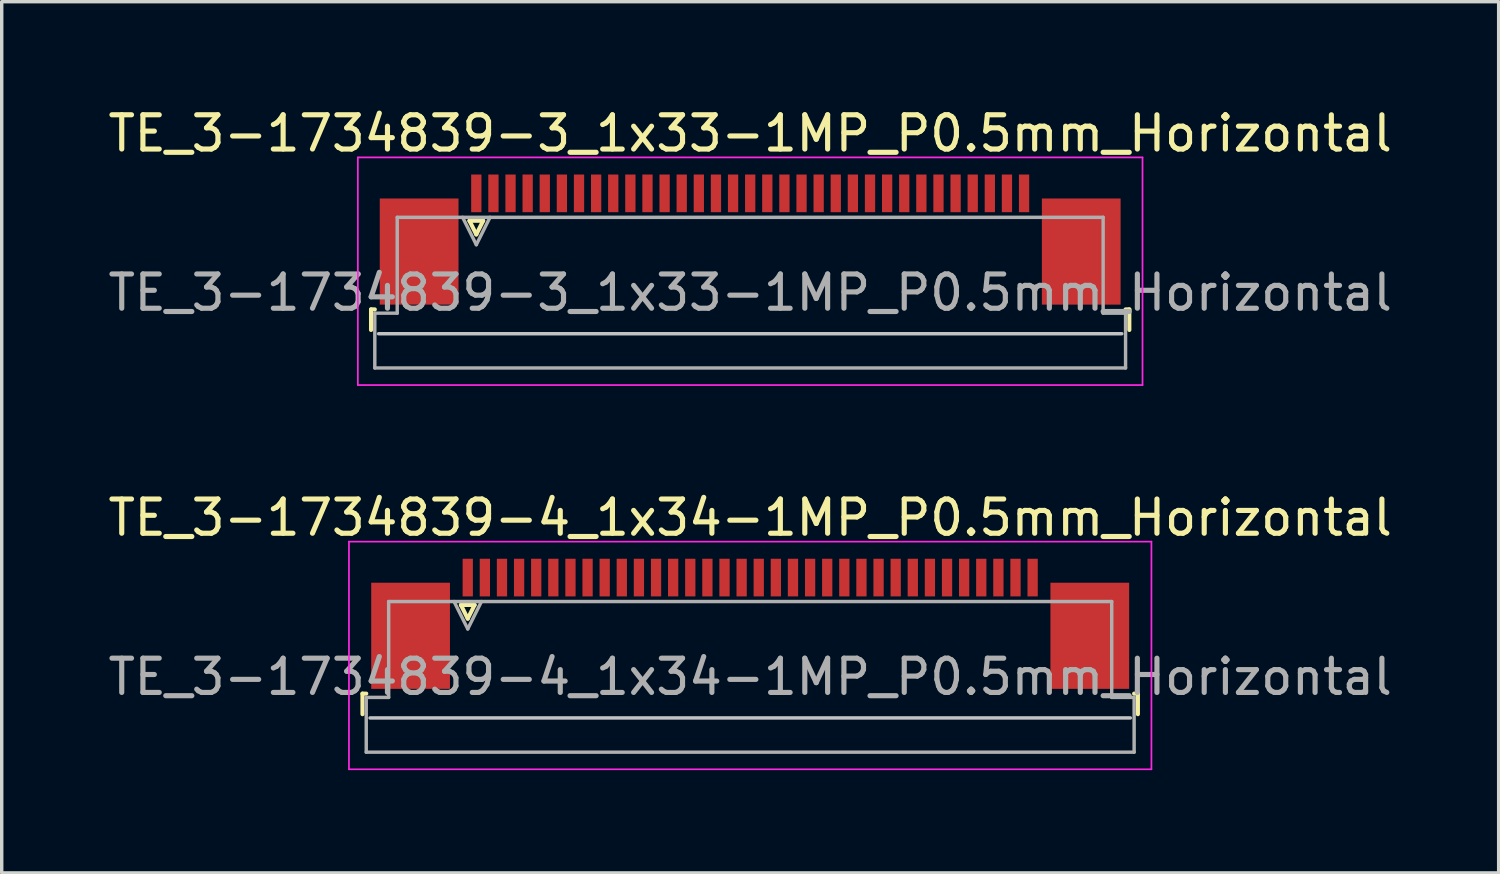
<source format=kicad_pcb>
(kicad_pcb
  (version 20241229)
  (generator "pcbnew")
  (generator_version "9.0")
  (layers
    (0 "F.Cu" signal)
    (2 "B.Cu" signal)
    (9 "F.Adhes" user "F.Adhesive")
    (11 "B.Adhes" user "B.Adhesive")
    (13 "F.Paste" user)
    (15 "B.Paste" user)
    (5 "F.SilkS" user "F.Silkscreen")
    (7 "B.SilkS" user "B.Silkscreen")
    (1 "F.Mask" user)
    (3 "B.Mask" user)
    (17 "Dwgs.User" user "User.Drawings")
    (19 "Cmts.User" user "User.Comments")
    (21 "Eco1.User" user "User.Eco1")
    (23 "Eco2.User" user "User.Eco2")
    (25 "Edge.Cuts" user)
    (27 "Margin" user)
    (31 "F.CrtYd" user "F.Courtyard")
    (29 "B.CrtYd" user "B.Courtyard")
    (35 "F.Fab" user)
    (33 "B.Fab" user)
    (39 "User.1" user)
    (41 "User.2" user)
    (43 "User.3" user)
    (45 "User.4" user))
  (footprint "TE_3-1734839-3_1x33-1MP_P0.5mm_Horizontal"
    (layer "F.Cu")
    (at 18.863 3.948)
    (property "Reference" "TE_3-1734839-3_1x33-1MP_P0.5mm_Horizontal" (at 0 -3.1 0) (layer "F.SilkS") (effects (font (size 1 1) (thickness 0.15))))
    (attr smd)
    (fp_line (start -11.075 2.04) (end -11.075 2.64) (stroke (width 0.12) (type solid)) (layer "F.SilkS"))
    (fp_line (start -10.965 2.04) (end -11.075 2.04) (stroke (width 0.12) (type solid)) (layer "F.SilkS"))
    (fp_line (start -8.2 -0.55) (end -8 -0.15) (stroke (width 0.12) (type solid)) (layer "F.SilkS"))
    (fp_line (start -8 -0.15) (end -7.8 -0.55) (stroke (width 0.12) (type solid)) (layer "F.SilkS"))
    (fp_line (start -7.8 -0.55) (end -8.2 -0.55) (stroke (width 0.12) (type solid)) (layer "F.SilkS"))
    (fp_line (start 10.965 2.04) (end 11.075 2.04) (stroke (width 0.12) (type solid)) (layer "F.SilkS"))
    (fp_line (start 11.075 2.04) (end 11.075 2.64) (stroke (width 0.12) (type solid)) (layer "F.SilkS"))
    (fp_line (start 10.855 2.75) (end -10.855 2.75) (stroke (width 0.1) (type solid)) (layer "Dwgs.User"))
    (fp_line (start -11.46 -2.4) (end -11.46 4.25) (stroke (width 0.05) (type solid)) (layer "F.CrtYd"))
    (fp_line (start -11.46 4.25) (end 11.46 4.25) (stroke (width 0.05) (type solid)) (layer "F.CrtYd"))
    (fp_line (start 11.46 -2.4) (end -11.46 -2.4) (stroke (width 0.05) (type solid)) (layer "F.CrtYd"))
    (fp_line (start 11.46 4.25) (end 11.46 -2.4) (stroke (width 0.05) (type solid)) (layer "F.CrtYd"))
    (fp_line (start -10.965 2.15) (end -10.31 2.15) (stroke (width 0.1) (type solid)) (layer "F.Fab"))
    (fp_line (start -10.965 3.75) (end -10.965 2.15) (stroke (width 0.1) (type solid)) (layer "F.Fab"))
    (fp_line (start -10.31 -0.65) (end 10.31 -0.65) (stroke (width 0.1) (type solid)) (layer "F.Fab"))
    (fp_line (start -10.31 2.15) (end -10.31 -0.65) (stroke (width 0.1) (type solid)) (layer "F.Fab"))
    (fp_line (start -8.4 -0.65) (end -8 0.15) (stroke (width 0.1) (type solid)) (layer "F.Fab"))
    (fp_line (start -8 0.15) (end -7.6 -0.65) (stroke (width 0.1) (type solid)) (layer "F.Fab"))
    (fp_line (start 10.31 -0.65) (end 10.31 2.15) (stroke (width 0.1) (type solid)) (layer "F.Fab"))
    (fp_line (start 10.31 2.15) (end 10.965 2.15) (stroke (width 0.1) (type solid)) (layer "F.Fab"))
    (fp_line (start 10.965 2.15) (end 10.965 3.75) (stroke (width 0.1) (type solid)) (layer "F.Fab"))
    (fp_line (start 10.965 3.75) (end -10.965 3.75) (stroke (width 0.1) (type solid)) (layer "F.Fab"))
    (fp_text user "${REFERENCE}" (at 0 1.55 0) (layer "F.Fab") (effects (font (size 1 1) (thickness 0.15))))
    (pad "1" smd rect (at -8 -1.35) (size 0.3 1.1) (layers "F.Cu" "F.Mask" "F.Paste"))
    (pad "2" smd rect (at -7.5 -1.35) (size 0.3 1.1) (layers "F.Cu" "F.Mask" "F.Paste"))
    (pad "3" smd rect (at -7 -1.35) (size 0.3 1.1) (layers "F.Cu" "F.Mask" "F.Paste"))
    (pad "4" smd rect (at -6.5 -1.35) (size 0.3 1.1) (layers "F.Cu" "F.Mask" "F.Paste"))
    (pad "5" smd rect (at -6 -1.35) (size 0.3 1.1) (layers "F.Cu" "F.Mask" "F.Paste"))
    (pad "6" smd rect (at -5.5 -1.35) (size 0.3 1.1) (layers "F.Cu" "F.Mask" "F.Paste"))
    (pad "7" smd rect (at -5 -1.35) (size 0.3 1.1) (layers "F.Cu" "F.Mask" "F.Paste"))
    (pad "8" smd rect (at -4.5 -1.35) (size 0.3 1.1) (layers "F.Cu" "F.Mask" "F.Paste"))
    (pad "9" smd rect (at -4 -1.35) (size 0.3 1.1) (layers "F.Cu" "F.Mask" "F.Paste"))
    (pad "10" smd rect (at -3.5 -1.35) (size 0.3 1.1) (layers "F.Cu" "F.Mask" "F.Paste"))
    (pad "11" smd rect (at -3 -1.35) (size 0.3 1.1) (layers "F.Cu" "F.Mask" "F.Paste"))
    (pad "12" smd rect (at -2.5 -1.35) (size 0.3 1.1) (layers "F.Cu" "F.Mask" "F.Paste"))
    (pad "13" smd rect (at -2 -1.35) (size 0.3 1.1) (layers "F.Cu" "F.Mask" "F.Paste"))
    (pad "14" smd rect (at -1.5 -1.35) (size 0.3 1.1) (layers "F.Cu" "F.Mask" "F.Paste"))
    (pad "15" smd rect (at -1 -1.35) (size 0.3 1.1) (layers "F.Cu" "F.Mask" "F.Paste"))
    (pad "16" smd rect (at -0.5 -1.35) (size 0.3 1.1) (layers "F.Cu" "F.Mask" "F.Paste"))
    (pad "17" smd rect (at 0 -1.35) (size 0.3 1.1) (layers "F.Cu" "F.Mask" "F.Paste"))
    (pad "18" smd rect (at 0.5 -1.35) (size 0.3 1.1) (layers "F.Cu" "F.Mask" "F.Paste"))
    (pad "19" smd rect (at 1 -1.35) (size 0.3 1.1) (layers "F.Cu" "F.Mask" "F.Paste"))
    (pad "20" smd rect (at 1.5 -1.35) (size 0.3 1.1) (layers "F.Cu" "F.Mask" "F.Paste"))
    (pad "21" smd rect (at 2 -1.35) (size 0.3 1.1) (layers "F.Cu" "F.Mask" "F.Paste"))
    (pad "22" smd rect (at 2.5 -1.35) (size 0.3 1.1) (layers "F.Cu" "F.Mask" "F.Paste"))
    (pad "23" smd rect (at 3 -1.35) (size 0.3 1.1) (layers "F.Cu" "F.Mask" "F.Paste"))
    (pad "24" smd rect (at 3.5 -1.35) (size 0.3 1.1) (layers "F.Cu" "F.Mask" "F.Paste"))
    (pad "25" smd rect (at 4 -1.35) (size 0.3 1.1) (layers "F.Cu" "F.Mask" "F.Paste"))
    (pad "26" smd rect (at 4.5 -1.35) (size 0.3 1.1) (layers "F.Cu" "F.Mask" "F.Paste"))
    (pad "27" smd rect (at 5 -1.35) (size 0.3 1.1) (layers "F.Cu" "F.Mask" "F.Paste"))
    (pad "28" smd rect (at 5.5 -1.35) (size 0.3 1.1) (layers "F.Cu" "F.Mask" "F.Paste"))
    (pad "29" smd rect (at 6 -1.35) (size 0.3 1.1) (layers "F.Cu" "F.Mask" "F.Paste"))
    (pad "30" smd rect (at 6.5 -1.35) (size 0.3 1.1) (layers "F.Cu" "F.Mask" "F.Paste"))
    (pad "31" smd rect (at 7 -1.35) (size 0.3 1.1) (layers "F.Cu" "F.Mask" "F.Paste"))
    (pad "32" smd rect (at 7.5 -1.35) (size 0.3 1.1) (layers "F.Cu" "F.Mask" "F.Paste"))
    (pad "33" smd rect (at 8 -1.35) (size 0.3 1.1) (layers "F.Cu" "F.Mask" "F.Paste"))
    (pad "MP" smd rect (at -9.67 0.35) (size 2.3 3.1) (layers "F.Cu" "F.Mask" "F.Paste"))
    (pad "MP" smd rect (at 9.67 0.35) (size 2.3 3.1) (layers "F.Cu" "F.Mask" "F.Paste")))
  (footprint "TE_3-1734839-4_1x34-1MP_P0.5mm_Horizontal"
    (layer "F.Cu")
    (at 18.863 15.171)
    (property "Reference" "TE_3-1734839-4_1x34-1MP_P0.5mm_Horizontal" (at 0 -3.1 0) (layer "F.SilkS") (effects (font (size 1 1) (thickness 0.15))))
    (attr smd)
    (fp_line (start -11.325 2.04) (end -11.325 2.64) (stroke (width 0.12) (type solid)) (layer "F.SilkS"))
    (fp_line (start -11.215 2.04) (end -11.325 2.04) (stroke (width 0.12) (type solid)) (layer "F.SilkS"))
    (fp_line (start -8.45 -0.55) (end -8.25 -0.15) (stroke (width 0.12) (type solid)) (layer "F.SilkS"))
    (fp_line (start -8.25 -0.15) (end -8.05 -0.55) (stroke (width 0.12) (type solid)) (layer "F.SilkS"))
    (fp_line (start -8.05 -0.55) (end -8.45 -0.55) (stroke (width 0.12) (type solid)) (layer "F.SilkS"))
    (fp_line (start 11.215 2.04) (end 11.325 2.04) (stroke (width 0.12) (type solid)) (layer "F.SilkS"))
    (fp_line (start 11.325 2.04) (end 11.325 2.64) (stroke (width 0.12) (type solid)) (layer "F.SilkS"))
    (fp_line (start 11.105 2.75) (end -11.105 2.75) (stroke (width 0.1) (type solid)) (layer "Dwgs.User"))
    (fp_line (start -11.72 -2.4) (end -11.72 4.25) (stroke (width 0.05) (type solid)) (layer "F.CrtYd"))
    (fp_line (start -11.72 4.25) (end 11.72 4.25) (stroke (width 0.05) (type solid)) (layer "F.CrtYd"))
    (fp_line (start 11.72 -2.4) (end -11.72 -2.4) (stroke (width 0.05) (type solid)) (layer "F.CrtYd"))
    (fp_line (start 11.72 4.25) (end 11.72 -2.4) (stroke (width 0.05) (type solid)) (layer "F.CrtYd"))
    (fp_line (start -11.215 2.15) (end -10.56 2.15) (stroke (width 0.1) (type solid)) (layer "F.Fab"))
    (fp_line (start -11.215 3.75) (end -11.215 2.15) (stroke (width 0.1) (type solid)) (layer "F.Fab"))
    (fp_line (start -10.56 -0.65) (end 10.56 -0.65) (stroke (width 0.1) (type solid)) (layer "F.Fab"))
    (fp_line (start -10.56 2.15) (end -10.56 -0.65) (stroke (width 0.1) (type solid)) (layer "F.Fab"))
    (fp_line (start -8.65 -0.65) (end -8.25 0.15) (stroke (width 0.1) (type solid)) (layer "F.Fab"))
    (fp_line (start -8.25 0.15) (end -7.85 -0.65) (stroke (width 0.1) (type solid)) (layer "F.Fab"))
    (fp_line (start 10.56 -0.65) (end 10.56 2.15) (stroke (width 0.1) (type solid)) (layer "F.Fab"))
    (fp_line (start 10.56 2.15) (end 11.215 2.15) (stroke (width 0.1) (type solid)) (layer "F.Fab"))
    (fp_line (start 11.215 2.15) (end 11.215 3.75) (stroke (width 0.1) (type solid)) (layer "F.Fab"))
    (fp_line (start 11.215 3.75) (end -11.215 3.75) (stroke (width 0.1) (type solid)) (layer "F.Fab"))
    (fp_text user "${REFERENCE}" (at 0 1.55 0) (layer "F.Fab") (effects (font (size 1 1) (thickness 0.15))))
    (pad "1" smd rect (at -8.25 -1.35) (size 0.3 1.1) (layers "F.Cu" "F.Mask" "F.Paste"))
    (pad "2" smd rect (at -7.75 -1.35) (size 0.3 1.1) (layers "F.Cu" "F.Mask" "F.Paste"))
    (pad "3" smd rect (at -7.25 -1.35) (size 0.3 1.1) (layers "F.Cu" "F.Mask" "F.Paste"))
    (pad "4" smd rect (at -6.75 -1.35) (size 0.3 1.1) (layers "F.Cu" "F.Mask" "F.Paste"))
    (pad "5" smd rect (at -6.25 -1.35) (size 0.3 1.1) (layers "F.Cu" "F.Mask" "F.Paste"))
    (pad "6" smd rect (at -5.75 -1.35) (size 0.3 1.1) (layers "F.Cu" "F.Mask" "F.Paste"))
    (pad "7" smd rect (at -5.25 -1.35) (size 0.3 1.1) (layers "F.Cu" "F.Mask" "F.Paste"))
    (pad "8" smd rect (at -4.75 -1.35) (size 0.3 1.1) (layers "F.Cu" "F.Mask" "F.Paste"))
    (pad "9" smd rect (at -4.25 -1.35) (size 0.3 1.1) (layers "F.Cu" "F.Mask" "F.Paste"))
    (pad "10" smd rect (at -3.75 -1.35) (size 0.3 1.1) (layers "F.Cu" "F.Mask" "F.Paste"))
    (pad "11" smd rect (at -3.25 -1.35) (size 0.3 1.1) (layers "F.Cu" "F.Mask" "F.Paste"))
    (pad "12" smd rect (at -2.75 -1.35) (size 0.3 1.1) (layers "F.Cu" "F.Mask" "F.Paste"))
    (pad "13" smd rect (at -2.25 -1.35) (size 0.3 1.1) (layers "F.Cu" "F.Mask" "F.Paste"))
    (pad "14" smd rect (at -1.75 -1.35) (size 0.3 1.1) (layers "F.Cu" "F.Mask" "F.Paste"))
    (pad "15" smd rect (at -1.25 -1.35) (size 0.3 1.1) (layers "F.Cu" "F.Mask" "F.Paste"))
    (pad "16" smd rect (at -0.75 -1.35) (size 0.3 1.1) (layers "F.Cu" "F.Mask" "F.Paste"))
    (pad "17" smd rect (at -0.25 -1.35) (size 0.3 1.1) (layers "F.Cu" "F.Mask" "F.Paste"))
    (pad "18" smd rect (at 0.25 -1.35) (size 0.3 1.1) (layers "F.Cu" "F.Mask" "F.Paste"))
    (pad "19" smd rect (at 0.75 -1.35) (size 0.3 1.1) (layers "F.Cu" "F.Mask" "F.Paste"))
    (pad "20" smd rect (at 1.25 -1.35) (size 0.3 1.1) (layers "F.Cu" "F.Mask" "F.Paste"))
    (pad "21" smd rect (at 1.75 -1.35) (size 0.3 1.1) (layers "F.Cu" "F.Mask" "F.Paste"))
    (pad "22" smd rect (at 2.25 -1.35) (size 0.3 1.1) (layers "F.Cu" "F.Mask" "F.Paste"))
    (pad "23" smd rect (at 2.75 -1.35) (size 0.3 1.1) (layers "F.Cu" "F.Mask" "F.Paste"))
    (pad "24" smd rect (at 3.25 -1.35) (size 0.3 1.1) (layers "F.Cu" "F.Mask" "F.Paste"))
    (pad "25" smd rect (at 3.75 -1.35) (size 0.3 1.1) (layers "F.Cu" "F.Mask" "F.Paste"))
    (pad "26" smd rect (at 4.25 -1.35) (size 0.3 1.1) (layers "F.Cu" "F.Mask" "F.Paste"))
    (pad "27" smd rect (at 4.75 -1.35) (size 0.3 1.1) (layers "F.Cu" "F.Mask" "F.Paste"))
    (pad "28" smd rect (at 5.25 -1.35) (size 0.3 1.1) (layers "F.Cu" "F.Mask" "F.Paste"))
    (pad "29" smd rect (at 5.75 -1.35) (size 0.3 1.1) (layers "F.Cu" "F.Mask" "F.Paste"))
    (pad "30" smd rect (at 6.25 -1.35) (size 0.3 1.1) (layers "F.Cu" "F.Mask" "F.Paste"))
    (pad "31" smd rect (at 6.75 -1.35) (size 0.3 1.1) (layers "F.Cu" "F.Mask" "F.Paste"))
    (pad "32" smd rect (at 7.25 -1.35) (size 0.3 1.1) (layers "F.Cu" "F.Mask" "F.Paste"))
    (pad "33" smd rect (at 7.75 -1.35) (size 0.3 1.1) (layers "F.Cu" "F.Mask" "F.Paste"))
    (pad "34" smd rect (at 8.25 -1.35) (size 0.3 1.1) (layers "F.Cu" "F.Mask" "F.Paste"))
    (pad "MP" smd rect (at -9.92 0.35) (size 2.3 3.1) (layers "F.Cu" "F.Mask" "F.Paste"))
    (pad "MP" smd rect (at 9.92 0.35) (size 2.3 3.1) (layers "F.Cu" "F.Mask" "F.Paste")))
  (gr_rect
    (start -3 -3)
    (end 40.726 22.447)
    (stroke (width 0.1) (type default))
    (fill no)
    (layer "Edge.Cuts")))
</source>
